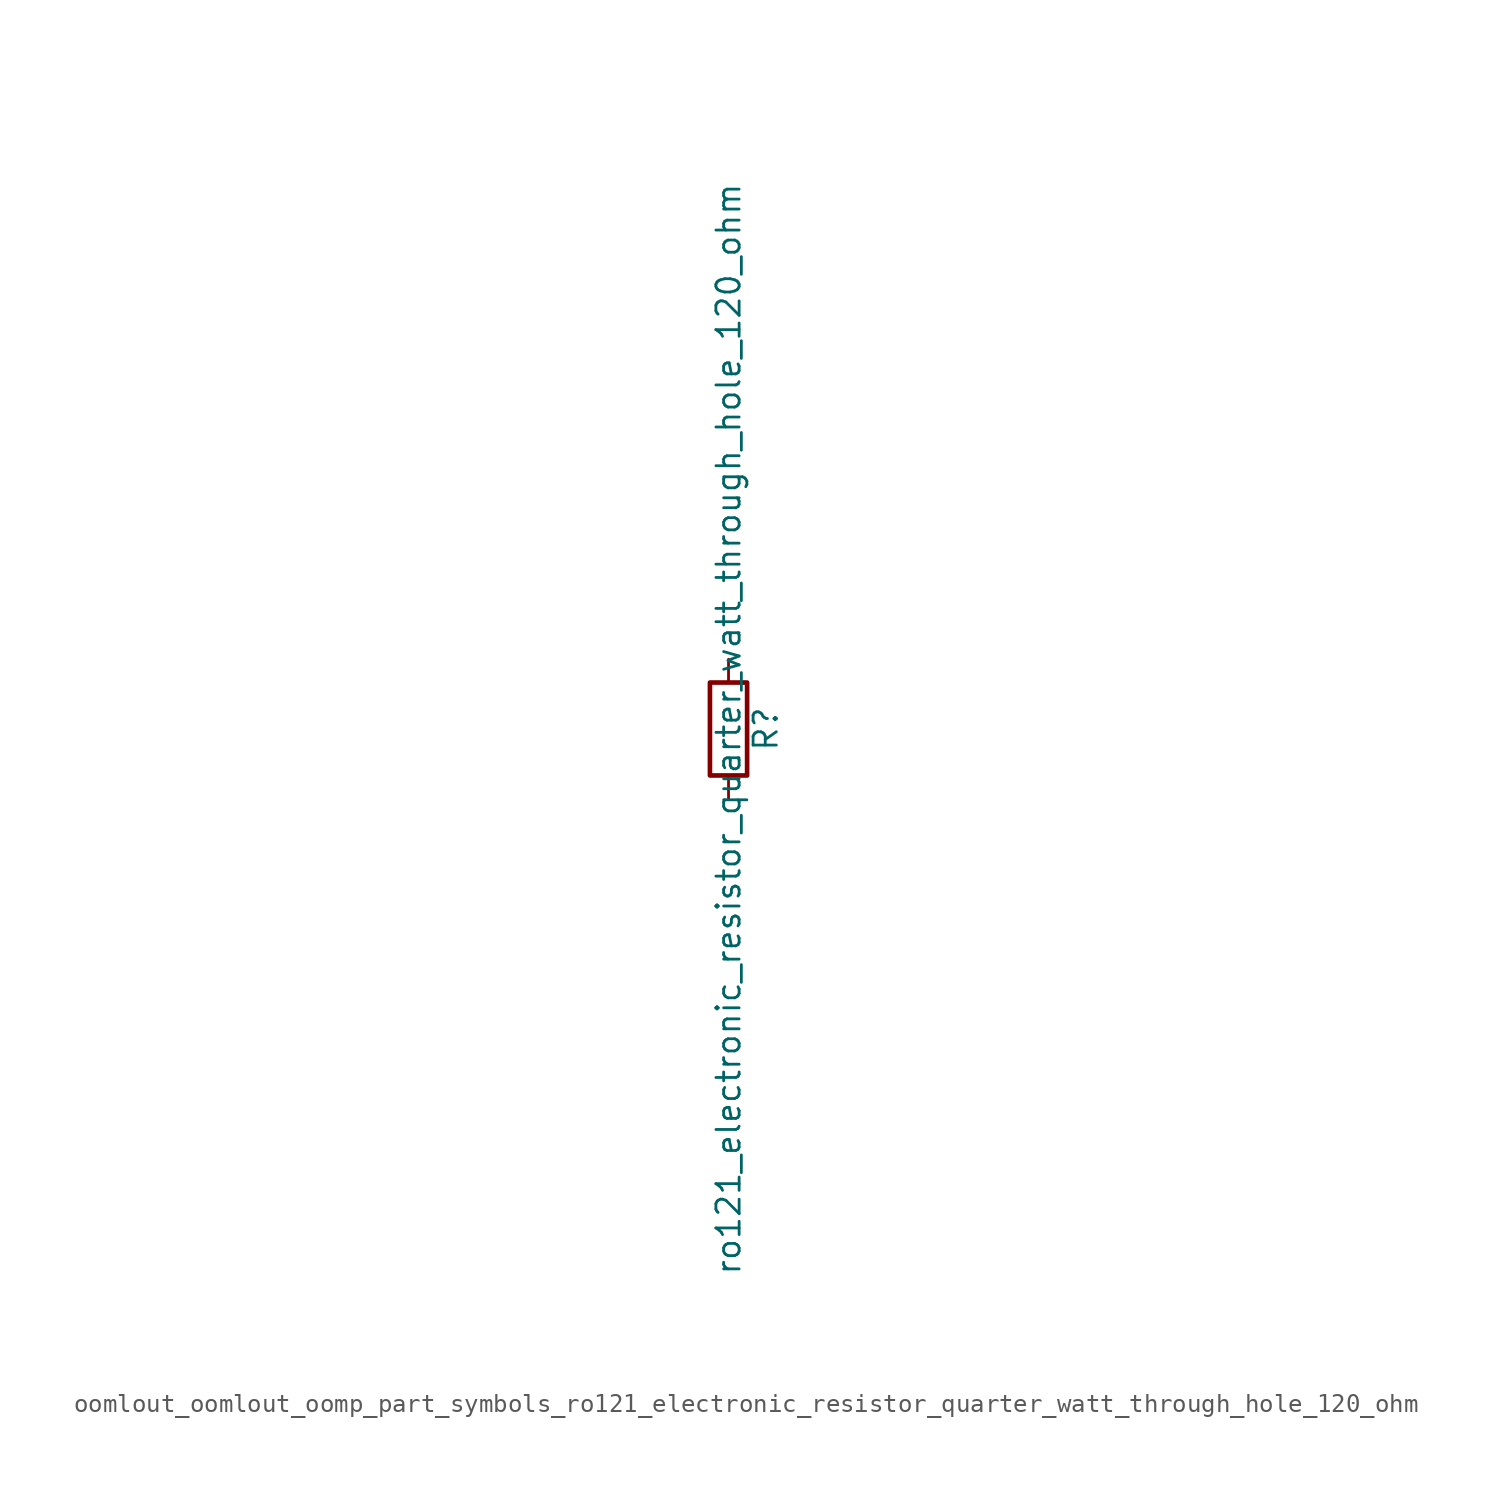
<source format=kicad_sym>
(kicad_symbol_lib
  (version 20220914)
  (generator kicad_symbol_editor)
  (symbol "oomlout_oomlout_oomp_part_symbols_ro121_electronic_resistor_quarter_watt_through_hole_120_ohm"
    (pin_numbers hide)
    (pin_names
      (offset 0))
    (property "Reference" "R"
      (at 2.032 0 90)
      (effects (font (size 1.27 1.27))))
    (property "Value" "ro121_electronic_resistor_quarter_watt_through_hole_120_ohm"
      (at 0 0 90)
      (effects (font (size 1.27 1.27))))
    (symbol "oomlout_oomlout_oomp_part_symbols_ro121_electronic_resistor_quarter_watt_through_hole_120_ohm_0_1"
      (rectangle (start -1.016 -2.54) (end 1.016 2.54) (stroke (width 0.254) (type default)) (fill (type none))))
    (symbol "oomlout_oomlout_oomp_part_symbols_ro121_electronic_resistor_quarter_watt_through_hole_120_ohm_1_1"
      (pin passive line (at 0 3.81 270) (length 1.27) (name "~" (effects (font (size 1.27 1.27)))) (number "1" (effects (font (size 1.27 1.27)))))
      (pin passive line (at 0 -3.81 90) (length 1.27) (name "~" (effects (font (size 1.27 1.27)))) (number "2" (effects (font (size 1.27 1.27))))))))
</source>
